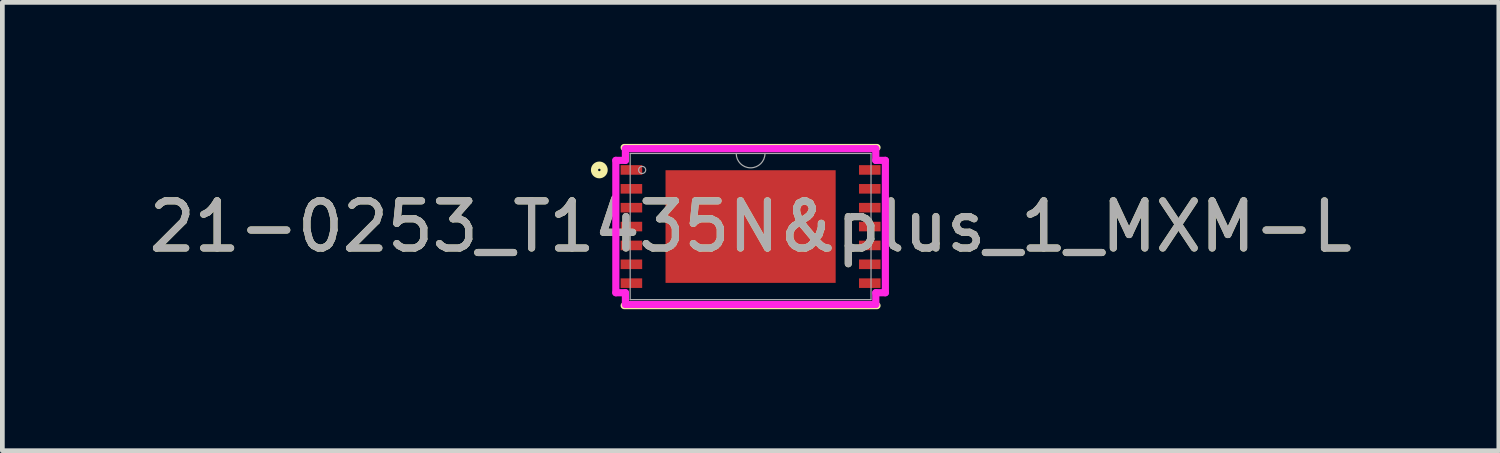
<source format=kicad_pcb>
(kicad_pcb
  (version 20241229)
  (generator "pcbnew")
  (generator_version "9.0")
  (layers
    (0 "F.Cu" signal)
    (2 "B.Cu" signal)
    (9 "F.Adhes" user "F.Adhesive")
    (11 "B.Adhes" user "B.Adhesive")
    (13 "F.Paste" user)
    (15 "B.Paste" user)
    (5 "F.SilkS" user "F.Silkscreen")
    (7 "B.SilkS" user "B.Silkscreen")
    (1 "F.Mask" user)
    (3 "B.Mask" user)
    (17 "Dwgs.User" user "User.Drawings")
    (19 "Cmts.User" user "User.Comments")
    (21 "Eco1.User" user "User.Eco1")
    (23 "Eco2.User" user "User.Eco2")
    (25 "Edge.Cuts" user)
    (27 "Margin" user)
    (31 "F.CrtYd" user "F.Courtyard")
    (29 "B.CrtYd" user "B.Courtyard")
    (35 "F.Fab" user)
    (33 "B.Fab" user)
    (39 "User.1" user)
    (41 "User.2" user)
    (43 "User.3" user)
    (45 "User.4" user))
  (footprint "21-0253_T1435N&plus_1_MXM-L"
    (layer "F.Cu")
    (at 12.863 1.753)
    (property "Reference" "21-0253_T1435N&plus_1_MXM-L" (at 0 0 0) (unlocked yes) (layer "F.SilkS") (effects (font (size 1 1) (thickness 0.15))))
    (attr smd)
    (fp_line (start -2.68 1.676) (end 2.68 1.676) (stroke (width 0.152) (type solid)) (layer "F.SilkS"))
    (fp_line (start 2.68 -1.676) (end -2.68 -1.676) (stroke (width 0.152) (type solid)) (layer "F.SilkS"))
    (fp_circle (center -3.207 -1.2) (end -3.105 -1.2) (stroke (width 0.152) (type solid)) (fill no) (layer "F.SilkS"))
    (fp_line (start -2.857 -1.403) (end -2.654 -1.403) (stroke (width 0.152) (type solid)) (layer "F.CrtYd"))
    (fp_line (start -2.857 1.403) (end -2.857 -1.403) (stroke (width 0.152) (type solid)) (layer "F.CrtYd"))
    (fp_line (start -2.857 1.403) (end -2.654 1.403) (stroke (width 0.152) (type solid)) (layer "F.CrtYd"))
    (fp_line (start -2.654 -1.651) (end 2.654 -1.651) (stroke (width 0.152) (type solid)) (layer "F.CrtYd"))
    (fp_line (start -2.654 -1.403) (end -2.654 -1.651) (stroke (width 0.152) (type solid)) (layer "F.CrtYd"))
    (fp_line (start -2.654 1.651) (end -2.654 1.403) (stroke (width 0.152) (type solid)) (layer "F.CrtYd"))
    (fp_line (start 2.654 -1.651) (end 2.654 -1.403) (stroke (width 0.152) (type solid)) (layer "F.CrtYd"))
    (fp_line (start 2.654 1.403) (end 2.654 1.651) (stroke (width 0.152) (type solid)) (layer "F.CrtYd"))
    (fp_line (start 2.654 1.651) (end -2.654 1.651) (stroke (width 0.152) (type solid)) (layer "F.CrtYd"))
    (fp_line (start 2.857 -1.403) (end 2.654 -1.403) (stroke (width 0.152) (type solid)) (layer "F.CrtYd"))
    (fp_line (start 2.857 -1.403) (end 2.857 1.403) (stroke (width 0.152) (type solid)) (layer "F.CrtYd"))
    (fp_line (start 2.857 1.403) (end 2.654 1.403) (stroke (width 0.152) (type solid)) (layer "F.CrtYd"))
    (fp_line (start -2.553 -1.549) (end -2.553 1.549) (stroke (width 0.025) (type solid)) (layer "F.Fab"))
    (fp_line (start -2.553 1.549) (end 2.553 1.549) (stroke (width 0.025) (type solid)) (layer "F.Fab"))
    (fp_line (start 2.553 -1.549) (end -2.553 -1.549) (stroke (width 0.025) (type solid)) (layer "F.Fab"))
    (fp_line (start 2.553 1.549) (end 2.553 -1.549) (stroke (width 0.025) (type solid)) (layer "F.Fab"))
    (fp_arc (start 0.3048 -1.5494) (mid 0 -1.2446) (end -0.3048 -1.5494) (stroke (width 0.0254) (type solid)) (layer "F.Fab"))
    (fp_circle (center -2.299 -1.2) (end -2.223 -1.2) (stroke (width 0.025) (type solid)) (fill no) (layer "F.Fab"))
    (fp_text user "${REFERENCE}" (at 0 0 0) (unlocked yes) (layer "F.Fab") (effects (font (size 1 1) (thickness 0.15))))
    (pad "1" smd rect (at -2.527 -1.2) (size 0.457 0.203) (layers "F.Cu" "F.Mask" "F.Paste"))
    (pad "2" smd rect (at -2.527 -0.8) (size 0.457 0.203) (layers "F.Cu" "F.Mask" "F.Paste"))
    (pad "3" smd rect (at -2.527 -0.4) (size 0.457 0.203) (layers "F.Cu" "F.Mask" "F.Paste"))
    (pad "4" smd rect (at -2.527 0) (size 0.457 0.203) (layers "F.Cu" "F.Mask" "F.Paste"))
    (pad "5" smd rect (at -2.527 0.4) (size 0.457 0.203) (layers "F.Cu" "F.Mask" "F.Paste"))
    (pad "6" smd rect (at -2.527 0.8) (size 0.457 0.203) (layers "F.Cu" "F.Mask" "F.Paste"))
    (pad "7" smd rect (at -2.527 1.2) (size 0.457 0.203) (layers "F.Cu" "F.Mask" "F.Paste"))
    (pad "8" smd rect (at 2.527 1.2) (size 0.457 0.203) (layers "F.Cu" "F.Mask" "F.Paste"))
    (pad "9" smd rect (at 2.527 0.8) (size 0.457 0.203) (layers "F.Cu" "F.Mask" "F.Paste"))
    (pad "10" smd rect (at 2.527 0.4) (size 0.457 0.203) (layers "F.Cu" "F.Mask" "F.Paste"))
    (pad "11" smd rect (at 2.527 0) (size 0.457 0.203) (layers "F.Cu" "F.Mask" "F.Paste"))
    (pad "12" smd rect (at 2.527 -0.4) (size 0.457 0.203) (layers "F.Cu" "F.Mask" "F.Paste"))
    (pad "13" smd rect (at 2.527 -0.8) (size 0.457 0.203) (layers "F.Cu" "F.Mask" "F.Paste"))
    (pad "14" smd rect (at 2.527 -1.2) (size 0.457 0.203) (layers "F.Cu" "F.Mask" "F.Paste"))
    (pad "15" smd rect (at 0 0) (size 3.607 2.388) (layers "F.Cu" "F.Mask" "F.Paste")))
  (gr_rect
    (start -3 -3)
    (end 28.726 6.505)
    (stroke (width 0.1) (type default))
    (fill no)
    (layer "Edge.Cuts")))
</source>
